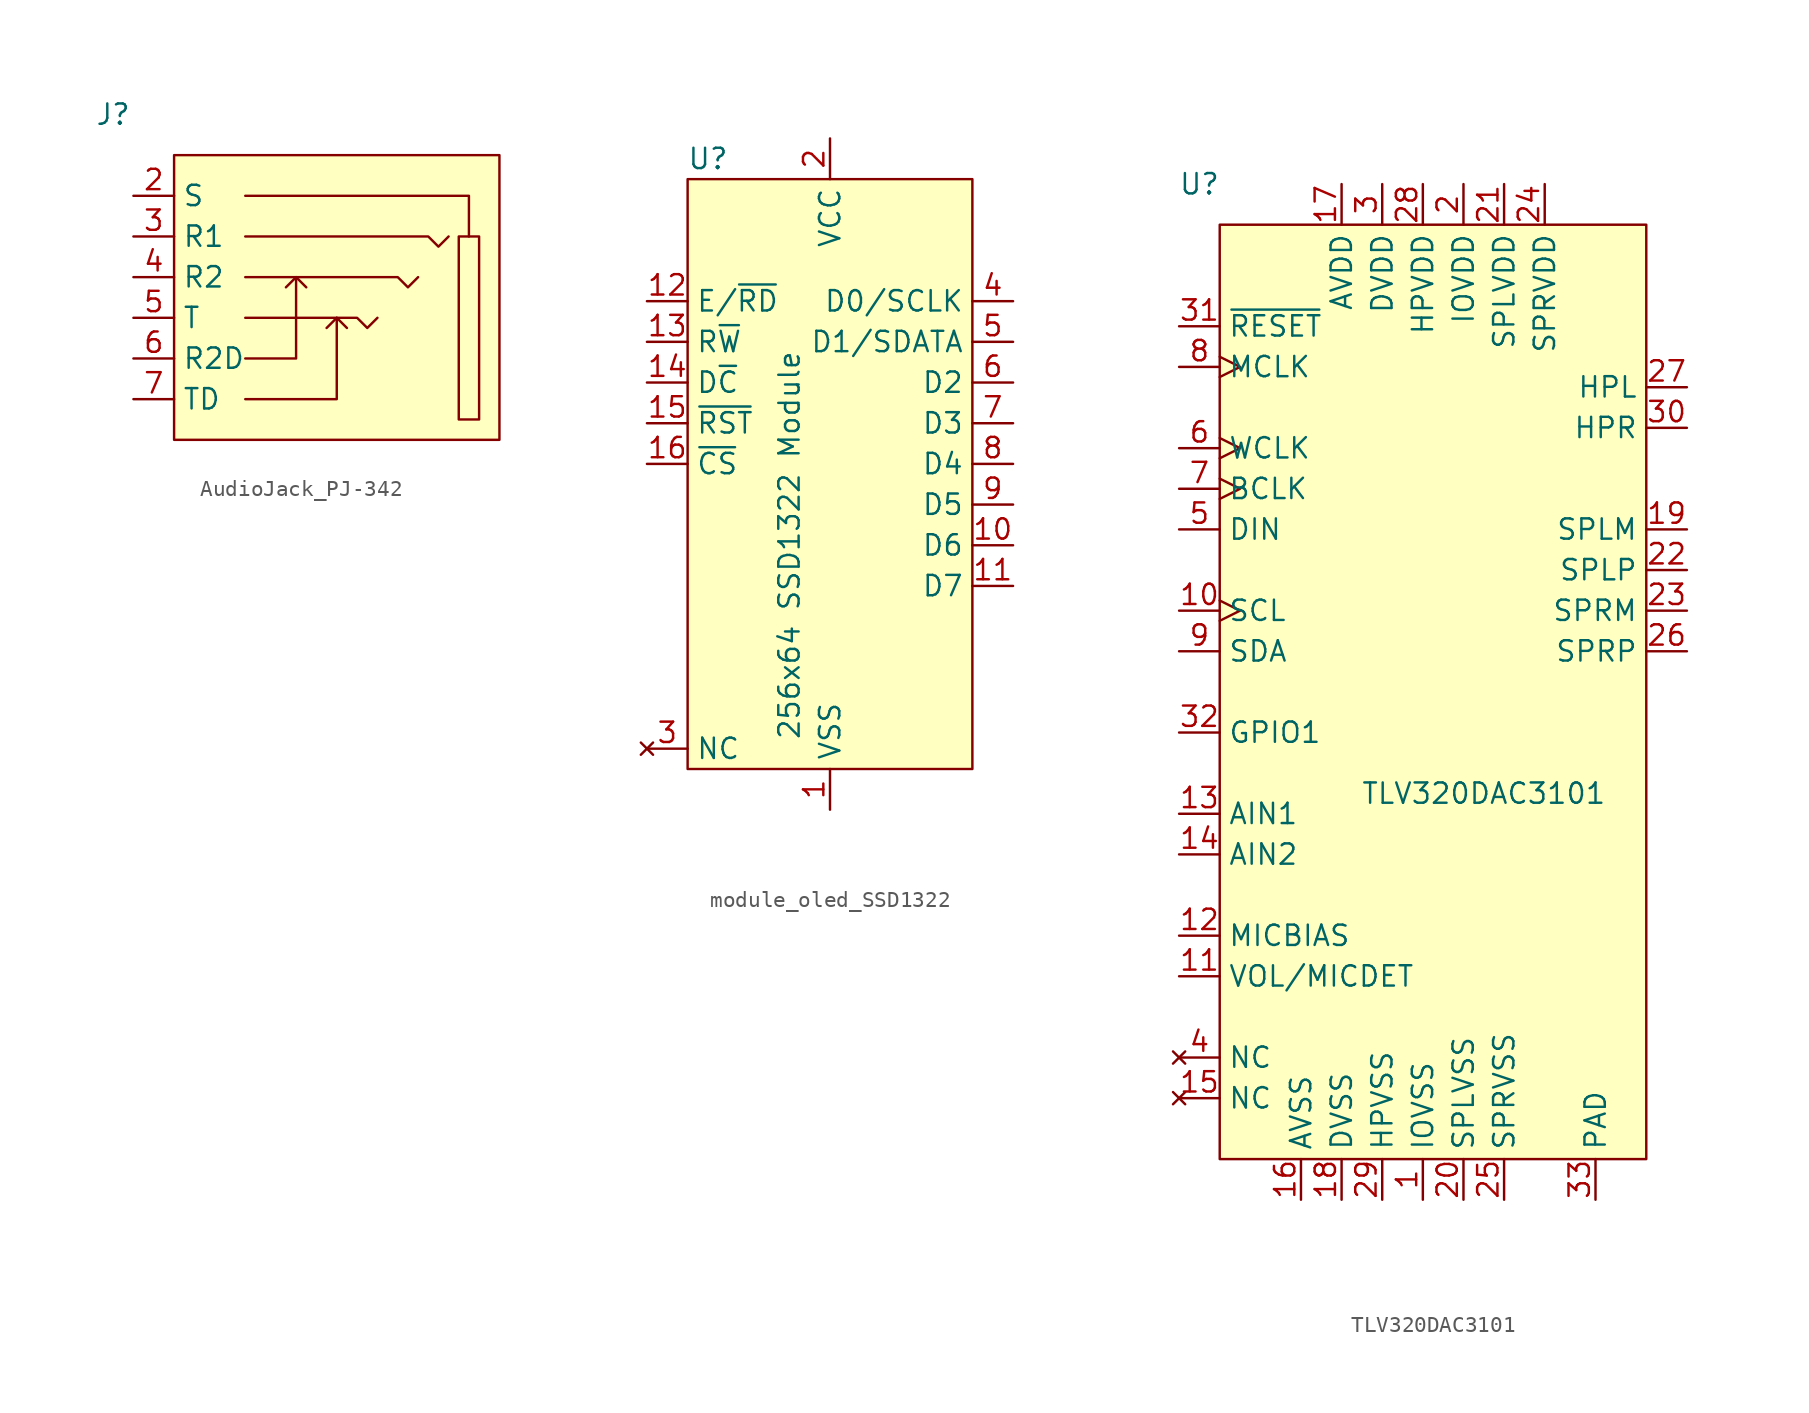
<source format=kicad_sym>
(kicad_symbol_lib
  (version 20220914)
  (generator kicad_symbol_editor)
  (symbol "AudioJack_PJ-342"
    (property "Reference" "J"
      (at -3.81 2.54 0)
      (effects (font (size 1.27 1.27))))
    (property "Value" ""
      (at 0 0 0)
      (effects (font (size 1.27 1.27))))
    (symbol "AudioJack_PJ-342_1_1"
      (polyline (pts (xy 4.445 -15.24) (xy 10.16 -15.24) (xy 10.16 -10.16)) (stroke (width 0) (type default)) (fill (type none)))
      (polyline (pts (xy 4.445 -12.7) (xy 7.62 -12.7) (xy 7.62 -7.62)) (stroke (width 0) (type default)) (fill (type none)))
      (polyline (pts (xy 4.445 -2.54) (xy 18.415 -2.54) (xy 18.415 -5.08)) (stroke (width 0) (type default)) (fill (type none)))
      (polyline (pts (xy 6.985 -8.255) (xy 7.62 -7.62) (xy 8.255 -8.255)) (stroke (width 0) (type default)) (fill (type none)))
      (polyline (pts (xy 9.525 -10.795) (xy 10.16 -10.16) (xy 10.795 -10.795)) (stroke (width 0) (type default)) (fill (type none)))
      (polyline (pts (xy 4.445 -10.16) (xy 11.43 -10.16) (xy 12.065 -10.795) (xy 12.7 -10.16)) (stroke (width 0) (type default)) (fill (type none)))
      (polyline (pts (xy 4.445 -7.62) (xy 13.97 -7.62) (xy 14.605 -8.255) (xy 15.24 -7.62)) (stroke (width 0) (type default)) (fill (type none)))
      (polyline (pts (xy 4.445 -5.08) (xy 15.875 -5.08) (xy 16.51 -5.715) (xy 17.145 -5.08)) (stroke (width 0) (type default)) (fill (type none)))
      (rectangle (start 0 0) (end 20.32 -17.78) (stroke (width 0) (type default)) (fill (type background)))
      (rectangle (start 17.78 -5.08) (end 19.05 -16.51) (stroke (width 0) (type default)) (fill (type background)))
      (pin power_in line (at -2.54 -2.54 0) (length 2.54) (name "S" (effects (font (size 1.27 1.27)))) (number "2" (effects (font (size 1.27 1.27)))))
      (pin bidirectional line (at -2.54 -5.08 0) (length 2.54) (name "R1" (effects (font (size 1.27 1.27)))) (number "3" (effects (font (size 1.27 1.27)))))
      (pin bidirectional line (at -2.54 -7.62 0) (length 2.54) (name "R2" (effects (font (size 1.27 1.27)))) (number "4" (effects (font (size 1.27 1.27)))))
      (pin bidirectional line (at -2.54 -10.16 0) (length 2.54) (name "T" (effects (font (size 1.27 1.27)))) (number "5" (effects (font (size 1.27 1.27)))))
      (pin bidirectional line (at -2.54 -12.7 0) (length 2.54) (name "R2D" (effects (font (size 1.27 1.27)))) (number "6" (effects (font (size 1.27 1.27)))))
      (pin bidirectional line (at -2.54 -15.24 0) (length 2.54) (name "TD" (effects (font (size 1.27 1.27)))) (number "7" (effects (font (size 1.27 1.27)))))))
  (symbol "module_oled_SSD1322"
    (property "Reference" "U"
      (at -7.62 19.05 0)
      (effects (font (size 1.27 1.27))))
    (property "Value" "256x64 SSD1322 Module"
      (at -2.54 -5.08 90)
      (effects (font (size 1.27 1.27))))
    (symbol "module_oled_SSD1322_1_1"
      (rectangle (start -8.89 17.78) (end 8.89 -19.05) (stroke (width 0) (type default)) (fill (type background)))
      (pin power_in line (at 0 -21.59 90) (length 2.54) (name "VSS" (effects (font (size 1.27 1.27)))) (number "1" (effects (font (size 1.27 1.27)))))
      (pin bidirectional line (at 11.43 -5.08 180) (length 2.54) (name "D6" (effects (font (size 1.27 1.27)))) (number "10" (effects (font (size 1.27 1.27)))))
      (pin bidirectional line (at 11.43 -7.62 180) (length 2.54) (name "D7" (effects (font (size 1.27 1.27)))) (number "11" (effects (font (size 1.27 1.27)))))
      (pin bidirectional line (at -11.43 10.16 0) (length 2.54) (name "E/~{RD}" (effects (font (size 1.27 1.27)))) (number "12" (effects (font (size 1.27 1.27)))))
      (pin bidirectional line (at -11.43 7.62 0) (length 2.54) (name "R~{W}" (effects (font (size 1.27 1.27)))) (number "13" (effects (font (size 1.27 1.27)))))
      (pin bidirectional line (at -11.43 5.08 0) (length 2.54) (name "D~{C}" (effects (font (size 1.27 1.27)))) (number "14" (effects (font (size 1.27 1.27)))))
      (pin bidirectional line (at -11.43 2.54 0) (length 2.54) (name "~{RST}" (effects (font (size 1.27 1.27)))) (number "15" (effects (font (size 1.27 1.27)))))
      (pin bidirectional line (at -11.43 0 0) (length 2.54) (name "~{CS}" (effects (font (size 1.27 1.27)))) (number "16" (effects (font (size 1.27 1.27)))))
      (pin power_in line (at 0 20.32 270) (length 2.54) (name "VCC" (effects (font (size 1.27 1.27)))) (number "2" (effects (font (size 1.27 1.27)))))
      (pin no_connect line (at -11.43 -17.78 0) (length 2.54) (name "NC" (effects (font (size 1.27 1.27)))) (number "3" (effects (font (size 1.27 1.27)))))
      (pin bidirectional line (at 11.43 10.16 180) (length 2.54) (name "D0/SCLK" (effects (font (size 1.27 1.27)))) (number "4" (effects (font (size 1.27 1.27)))))
      (pin bidirectional line (at 11.43 7.62 180) (length 2.54) (name "D1/SDATA" (effects (font (size 1.27 1.27)))) (number "5" (effects (font (size 1.27 1.27)))))
      (pin bidirectional line (at 11.43 5.08 180) (length 2.54) (name "D2" (effects (font (size 1.27 1.27)))) (number "6" (effects (font (size 1.27 1.27)))))
      (pin bidirectional line (at 11.43 2.54 180) (length 2.54) (name "D3" (effects (font (size 1.27 1.27)))) (number "7" (effects (font (size 1.27 1.27)))))
      (pin bidirectional line (at 11.43 0 180) (length 2.54) (name "D4" (effects (font (size 1.27 1.27)))) (number "8" (effects (font (size 1.27 1.27)))))
      (pin bidirectional line (at 11.43 -2.54 180) (length 2.54) (name "D5" (effects (font (size 1.27 1.27)))) (number "9" (effects (font (size 1.27 1.27)))))))
  (symbol "TLV320DAC3101"
    (property "Reference" "U"
      (at -17.78 31.75 0)
      (effects (font (size 1.27 1.27))))
    (property "Value" "TLV320DAC3101"
      (at 0 -6.35 0)
      (effects (font (size 1.27 1.27))))
    (symbol "TLV320DAC3101_1_1"
      (rectangle (start -16.51 29.21) (end 10.16 -29.21) (stroke (width 0) (type default)) (fill (type background)))
      (pin power_in line (at -3.81 -31.75 90) (length 2.54) (name "IOVSS" (effects (font (size 1.27 1.27)))) (number "1" (effects (font (size 1.27 1.27)))))
      (pin bidirectional clock (at -19.05 5.08 0) (length 2.54) (name "SCL" (effects (font (size 1.27 1.27)))) (number "10" (effects (font (size 1.27 1.27)))))
      (pin input line (at -19.05 -17.78 0) (length 2.54) (name "VOL/MICDET" (effects (font (size 1.27 1.27)))) (number "11" (effects (font (size 1.27 1.27)))))
      (pin output line (at -19.05 -15.24 0) (length 2.54) (name "MICBIAS" (effects (font (size 1.27 1.27)))) (number "12" (effects (font (size 1.27 1.27)))))
      (pin input line (at -19.05 -7.62 0) (length 2.54) (name "AIN1" (effects (font (size 1.27 1.27)))) (number "13" (effects (font (size 1.27 1.27)))))
      (pin input line (at -19.05 -10.16 0) (length 2.54) (name "AIN2" (effects (font (size 1.27 1.27)))) (number "14" (effects (font (size 1.27 1.27)))))
      (pin no_connect line (at -19.05 -25.4 0) (length 2.54) (name "NC" (effects (font (size 1.27 1.27)))) (number "15" (effects (font (size 1.27 1.27)))))
      (pin power_in line (at -11.43 -31.75 90) (length 2.54) (name "AVSS" (effects (font (size 1.27 1.27)))) (number "16" (effects (font (size 1.27 1.27)))))
      (pin power_in line (at -8.89 31.75 270) (length 2.54) (name "AVDD" (effects (font (size 1.27 1.27)))) (number "17" (effects (font (size 1.27 1.27)))))
      (pin power_in line (at -8.89 -31.75 90) (length 2.54) (name "DVSS" (effects (font (size 1.27 1.27)))) (number "18" (effects (font (size 1.27 1.27)))))
      (pin output line (at 12.7 10.16 180) (length 2.54) (name "SPLM" (effects (font (size 1.27 1.27)))) (number "19" (effects (font (size 1.27 1.27)))))
      (pin power_in line (at -1.27 31.75 270) (length 2.54) (name "IOVDD" (effects (font (size 1.27 1.27)))) (number "2" (effects (font (size 1.27 1.27)))))
      (pin power_in line (at -1.27 -31.75 90) (length 2.54) (name "SPLVSS" (effects (font (size 1.27 1.27)))) (number "20" (effects (font (size 1.27 1.27)))))
      (pin power_in line (at 1.27 31.75 270) (length 2.54) (name "SPLVDD" (effects (font (size 1.27 1.27)))) (number "21" (effects (font (size 1.27 1.27)))))
      (pin output line (at 12.7 7.62 180) (length 2.54) (name "SPLP" (effects (font (size 1.27 1.27)))) (number "22" (effects (font (size 1.27 1.27)))))
      (pin output line (at 12.7 5.08 180) (length 2.54) (name "SPRM" (effects (font (size 1.27 1.27)))) (number "23" (effects (font (size 1.27 1.27)))))
      (pin power_in line (at 3.81 31.75 270) (length 2.54) (name "SPRVDD" (effects (font (size 1.27 1.27)))) (number "24" (effects (font (size 1.27 1.27)))))
      (pin power_in line (at 1.27 -31.75 90) (length 2.54) (name "SPRVSS" (effects (font (size 1.27 1.27)))) (number "25" (effects (font (size 1.27 1.27)))))
      (pin output line (at 12.7 2.54 180) (length 2.54) (name "SPRP" (effects (font (size 1.27 1.27)))) (number "26" (effects (font (size 1.27 1.27)))))
      (pin output line (at 12.7 19.05 180) (length 2.54) (name "HPL" (effects (font (size 1.27 1.27)))) (number "27" (effects (font (size 1.27 1.27)))))
      (pin power_in line (at -3.81 31.75 270) (length 2.54) (name "HPVDD" (effects (font (size 1.27 1.27)))) (number "28" (effects (font (size 1.27 1.27)))))
      (pin power_in line (at -6.35 -31.75 90) (length 2.54) (name "HPVSS" (effects (font (size 1.27 1.27)))) (number "29" (effects (font (size 1.27 1.27)))))
      (pin power_in line (at -6.35 31.75 270) (length 2.54) (name "DVDD" (effects (font (size 1.27 1.27)))) (number "3" (effects (font (size 1.27 1.27)))))
      (pin output line (at 12.7 16.51 180) (length 2.54) (name "HPR" (effects (font (size 1.27 1.27)))) (number "30" (effects (font (size 1.27 1.27)))))
      (pin input line (at -19.05 22.86 0) (length 2.54) (name "~{RESET}" (effects (font (size 1.27 1.27)))) (number "31" (effects (font (size 1.27 1.27)))))
      (pin bidirectional line (at -19.05 -2.54 0) (length 2.54) (name "GPIO1" (effects (font (size 1.27 1.27)))) (number "32" (effects (font (size 1.27 1.27)))))
      (pin power_in line (at 6.985 -31.75 90) (length 2.54) (name "PAD" (effects (font (size 1.27 1.27)))) (number "33" (effects (font (size 1.27 1.27)))))
      (pin no_connect line (at -19.05 -22.86 0) (length 2.54) (name "NC" (effects (font (size 1.27 1.27)))) (number "4" (effects (font (size 1.27 1.27)))))
      (pin input line (at -19.05 10.16 0) (length 2.54) (name "DIN" (effects (font (size 1.27 1.27)))) (number "5" (effects (font (size 1.27 1.27)))))
      (pin bidirectional clock (at -19.05 15.24 0) (length 2.54) (name "WCLK" (effects (font (size 1.27 1.27)))) (number "6" (effects (font (size 1.27 1.27)))))
      (pin bidirectional clock (at -19.05 12.7 0) (length 2.54) (name "BCLK" (effects (font (size 1.27 1.27)))) (number "7" (effects (font (size 1.27 1.27)))))
      (pin input clock (at -19.05 20.32 0) (length 2.54) (name "MCLK" (effects (font (size 1.27 1.27)))) (number "8" (effects (font (size 1.27 1.27)))))
      (pin bidirectional line (at -19.05 2.54 0) (length 2.54) (name "SDA" (effects (font (size 1.27 1.27)))) (number "9" (effects (font (size 1.27 1.27))))))))
</source>
